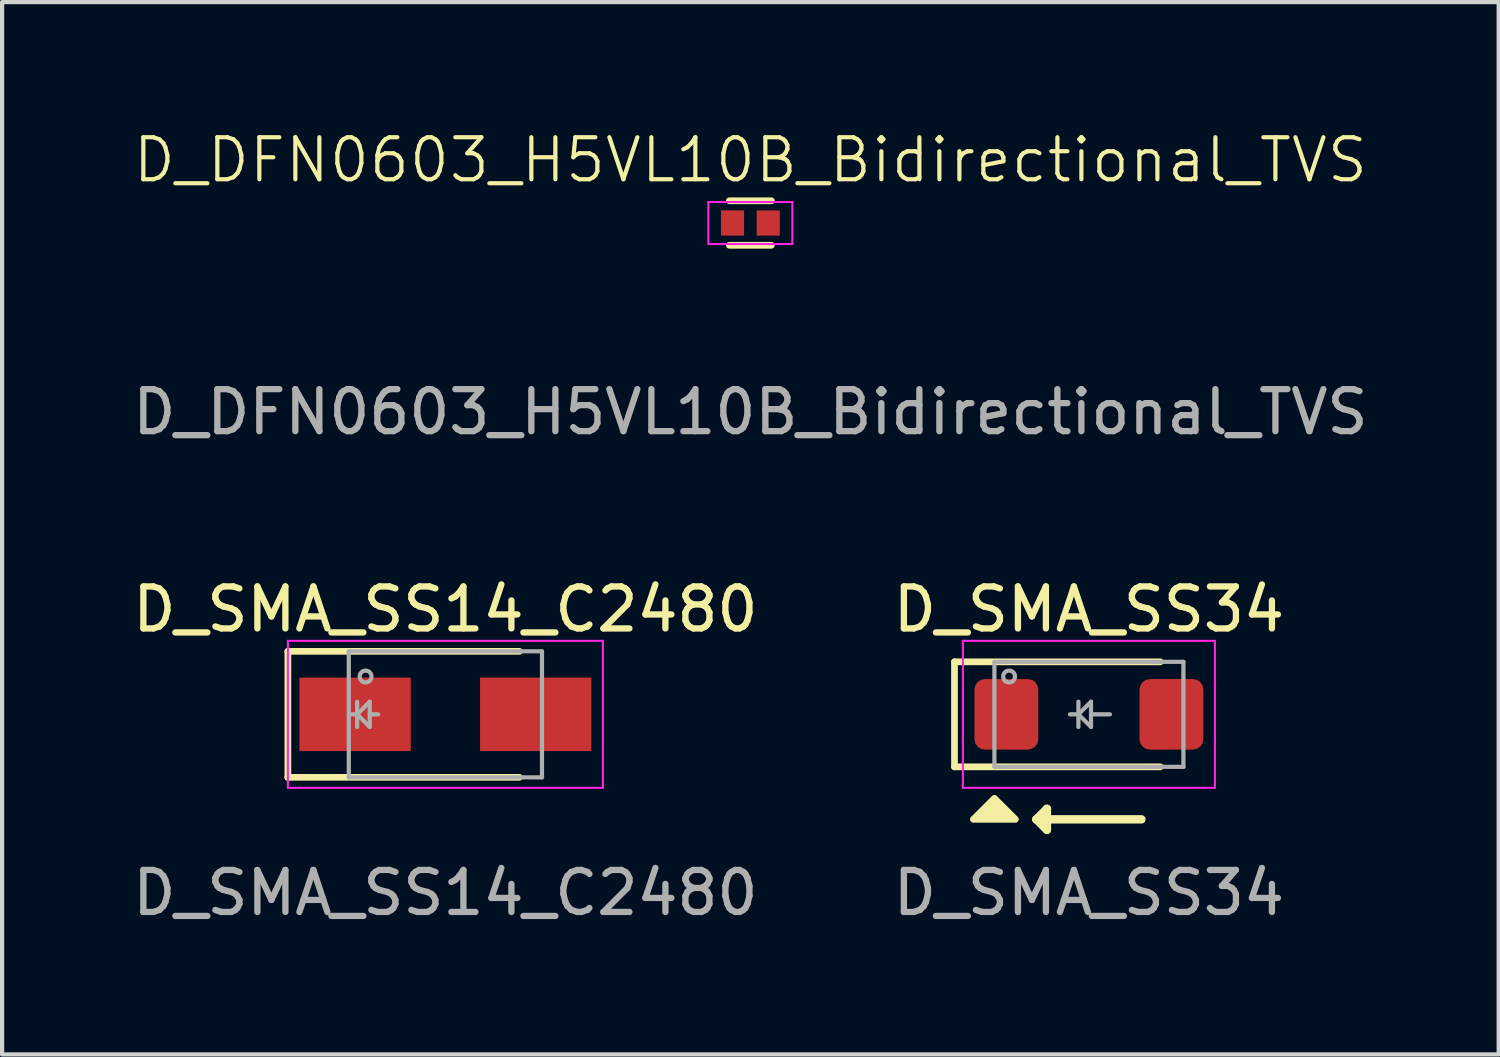
<source format=kicad_pcb>
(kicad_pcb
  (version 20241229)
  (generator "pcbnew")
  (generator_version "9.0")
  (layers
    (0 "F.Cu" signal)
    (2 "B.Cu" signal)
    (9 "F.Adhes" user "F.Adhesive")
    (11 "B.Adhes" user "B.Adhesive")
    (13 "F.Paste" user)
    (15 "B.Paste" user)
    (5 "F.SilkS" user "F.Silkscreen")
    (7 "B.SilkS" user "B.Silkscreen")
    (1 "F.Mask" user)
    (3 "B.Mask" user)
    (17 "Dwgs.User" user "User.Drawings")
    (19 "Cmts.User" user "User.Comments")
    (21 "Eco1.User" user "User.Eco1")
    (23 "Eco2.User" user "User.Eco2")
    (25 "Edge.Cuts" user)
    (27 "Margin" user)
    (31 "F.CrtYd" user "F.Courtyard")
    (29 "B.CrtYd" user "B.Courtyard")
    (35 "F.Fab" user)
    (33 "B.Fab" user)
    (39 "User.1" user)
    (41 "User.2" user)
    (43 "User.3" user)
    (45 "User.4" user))
  (footprint "D_SMA_SS14_C2480"
    (layer "F.Cu")
    (at 7.554 13.957)
    (property "Reference" "D_SMA_SS14_C2480" (at 0 -2.5 0) (layer "F.SilkS") (effects (font (size 1 1) (thickness 0.15))))
    (attr smd)
    (fp_line (start -3.75 -1.5) (end -3.75 1.5) (stroke (width 0.16) (type solid)) (layer "F.SilkS"))
    (fp_line (start -3.75 -1.5) (end 1.76 -1.5) (stroke (width 0.16) (type solid)) (layer "F.SilkS"))
    (fp_line (start -3.75 1.5) (end 1.76 1.5) (stroke (width 0.16) (type solid)) (layer "F.SilkS"))
    (fp_line (start -3.75 -1.75) (end 3.75 -1.75) (stroke (width 0.05) (type solid)) (layer "F.CrtYd"))
    (fp_line (start -3.75 1.75) (end -3.75 -1.75) (stroke (width 0.05) (type solid)) (layer "F.CrtYd"))
    (fp_line (start 3.75 -1.75) (end 3.75 1.75) (stroke (width 0.05) (type solid)) (layer "F.CrtYd"))
    (fp_line (start 3.75 1.75) (end -3.75 1.75) (stroke (width 0.05) (type solid)) (layer "F.CrtYd"))
    (fp_line (start -2.301 0) (end -2.102 0) (stroke (width 0.1) (type solid)) (layer "F.Fab"))
    (fp_line (start -2.3 1.5) (end -2.3 -1.5) (stroke (width 0.1) (type solid)) (layer "F.Fab"))
    (fp_line (start -2.101 -0.3) (end -2.101 0.3) (stroke (width 0.1) (type default)) (layer "F.Fab"))
    (fp_line (start -1.801 -0.3) (end -2.101 0.00013) (stroke (width 0.1) (type default)) (layer "F.Fab"))
    (fp_line (start -1.801 0.3) (end -2.101 0) (stroke (width 0.1) (type default)) (layer "F.Fab"))
    (fp_line (start -1.801 0.3) (end -1.801 -0.3) (stroke (width 0.1) (type solid)) (layer "F.Fab"))
    (fp_line (start -1.8 0) (end -1.6 0) (stroke (width 0.1) (type solid)) (layer "F.Fab"))
    (fp_line (start 2.3 -1.5) (end -2.3 -1.5) (stroke (width 0.1) (type solid)) (layer "F.Fab"))
    (fp_line (start 2.3 -1.5) (end 2.3 1.5) (stroke (width 0.1) (type solid)) (layer "F.Fab"))
    (fp_line (start 2.3 1.5) (end -2.3 1.5) (stroke (width 0.1) (type solid)) (layer "F.Fab"))
    (fp_circle (center -1.9 -0.9) (end -1.759 -0.9) (stroke (width 0.1) (type default)) (fill no) (layer "F.Fab"))
    (fp_text user "${REFERENCE}" (at 0 4.25 0) (layer "F.Fab") (effects (font (size 1 1) (thickness 0.15))))
    (dimension (type aligned) (layer "User.1") (pts (xy 4.079 13.082) (xy 6.729 13.082)) (height -0.1) (format (prefix "") (suffix "") (units 3) (units_format 1) (precision 2)) (style (thickness 0.01) (arrow_length 0.01) (text_position_mode 2) (arrow_direction outward) (extension_height 0) (extension_offset 0) (keep_text_aligned yes)) (gr_text "2.65 mm" (at 5.554 12.957 0) (layer "User.1") (effects (font (size 0.1 0.1) (thickness 0.15)))))
    (dimension (type aligned) (layer "User.1") (pts (xy 5.404 13.957) (xy 9.704 13.957)) (height -1.25) (format (prefix "") (suffix "") (units 3) (units_format 1) (precision 2)) (style (thickness 0.01) (arrow_length 0.01) (text_position_mode 2) (arrow_direction outward) (extension_height 0) (extension_offset 0) (keep_text_aligned yes)) (gr_text "4.30 mm" (at 7.554 12.707 0) (layer "User.1") (effects (font (size 0.1 0.1) (thickness 0.15)))))
    (dimension (type aligned) (layer "User.1") (pts (xy 6.729 13.082) (xy 6.729 14.832)) (height -0.1) (format (prefix "") (suffix "") (units 3) (units_format 1) (precision 2)) (style (thickness 0.01) (arrow_length 0.01) (text_position_mode 2) (arrow_direction outward) (extension_height 0) (extension_offset 0) (keep_text_aligned yes)) (gr_text "1.75 mm" (at 6.857 13.867 90) (layer "User.1") (effects (font (size 0.1 0.1) (thickness 0.15)))))
    (pad "1" smd rect (at -2.15 0) (size 2.65 1.75) (layers "F.Cu" "F.Mask" "F.Paste"))
    (pad "2" smd rect (at 2.15 0) (size 2.65 1.75) (layers "F.Cu" "F.Mask" "F.Paste")))
  (footprint "D_DFN0603_H5VL10B_Bidirectional_TVS"
    (layer "F.Cu")
    (at 14.815 2.26)
    (property "Reference" "D_DFN0603_H5VL10B_Bidirectional_TVS" (at 0 -1.5 0) (unlocked yes) (layer "F.SilkS") (effects (font (size 1 1) (thickness 0.1))))
    (attr smd)
    (fp_line (start -0.5 -0.53) (end 0.5 -0.53) (stroke (width 0.16) (type default)) (layer "F.SilkS"))
    (fp_line (start -0.5 0.53) (end 0.5 0.53) (stroke (width 0.16) (type default)) (layer "F.SilkS"))
    (fp_line (start -1 -0.5) (end 1 -0.5) (stroke (width 0.05) (type default)) (layer "F.CrtYd"))
    (fp_line (start -1 0.5) (end -1 -0.5) (stroke (width 0.05) (type default)) (layer "F.CrtYd"))
    (fp_line (start 1 -0.5) (end 1 0.5) (stroke (width 0.05) (type default)) (layer "F.CrtYd"))
    (fp_line (start 1 0.5) (end -1 0.5) (stroke (width 0.05) (type default)) (layer "F.CrtYd"))
    (fp_text user "${REFERENCE}" (at 0 4.5 0) (unlocked yes) (layer "F.Fab") (effects (font (size 1 1) (thickness 0.15))))
    (dimension (type aligned) (layer "User.1") (pts (xy 14.115 2.561) (xy 14.115 1.96)) (height -0.1) (format (prefix "") (suffix "") (units 3) (units_format 1) (precision 2)) (style (thickness 0.01) (arrow_length 0.01) (text_position_mode 2) (arrow_direction outward) (extension_height 0) (extension_offset 0) (keep_text_aligned yes)) (gr_text "0.60 mm" (at 14.015 2.26 90) (layer "User.1") (effects (font (size 0.1 0.1) (thickness 0.15)))))
    (dimension (type aligned) (layer "User.1") (pts (xy 14.665 1.96) (xy 14.965 1.96)) (height -0.1) (format (prefix "") (suffix "") (units 3) (units_format 1) (precision 2)) (style (thickness 0.01) (arrow_length 0.01) (text_position_mode 2) (arrow_direction outward) (extension_height 0) (extension_offset 0) (keep_text_aligned yes)) (gr_text "0.30 mm" (at 14.815 1.861 0) (layer "User.1") (effects (font (size 0.1 0.1) (thickness 0.15)))))
    (dimension (type aligned) (layer "User.1") (pts (xy 14.115 1.96) (xy 14.665 1.96)) (height -0.4) (format (prefix "") (suffix "") (units 3) (units_format 1) (precision 2)) (style (thickness 0.01) (arrow_length 0.01) (text_position_mode 2) (arrow_direction outward) (extension_height 0) (extension_offset 0) (keep_text_aligned yes)) (gr_text "0.55 mm" (at 14.415 1.56 0) (layer "User.1") (effects (font (size 0.1 0.1) (thickness 0.15)))))
    (pad "1" smd rect (at -0.425 0) (size 0.55 0.6) (layers "F.Cu" "F.Mask" "F.Paste"))
    (pad "2" smd rect (at 0.425 0) (size 0.55 0.6) (layers "F.Cu" "F.Mask" "F.Paste")))
  (footprint "D_SMA_SS34"
    (layer "F.Cu")
    (at 22.875 13.957)
    (property "Reference" "D_SMA_SS34" (at 0 -2.5 0) (layer "F.SilkS") (effects (font (size 1 1) (thickness 0.15))))
    (attr smd)
    (fp_line (start -3.2 -1.25) (end -3.2 1.25) (stroke (width 0.16) (type solid)) (layer "F.SilkS"))
    (fp_line (start -3.2 -1.25) (end 1.7 -1.25) (stroke (width 0.16) (type solid)) (layer "F.SilkS"))
    (fp_line (start -3.2 1.25) (end 1.7 1.25) (stroke (width 0.16) (type solid)) (layer "F.SilkS"))
    (fp_line (start -1.25 2.5) (end -1 2.25) (stroke (width 0.2) (type default)) (layer "F.SilkS"))
    (fp_line (start -1 2.25) (end -1 2.75) (stroke (width 0.2) (type default)) (layer "F.SilkS"))
    (fp_line (start -1 2.75) (end -1.25 2.5) (stroke (width 0.2) (type default)) (layer "F.SilkS"))
    (fp_line (start 1.25 2.5) (end -1.25 2.5) (stroke (width 0.2) (type default)) (layer "F.SilkS"))
    (fp_poly (pts (xy -2.75 2.5) (xy -2.25 2) (xy -1.75 2.5)) (stroke (width 0.16) (type solid)) (fill yes) (layer "F.SilkS"))
    (fp_line (start -3 -1.75) (end 3 -1.75) (stroke (width 0.05) (type solid)) (layer "F.CrtYd"))
    (fp_line (start -3 1.75) (end -3 -1.75) (stroke (width 0.05) (type solid)) (layer "F.CrtYd"))
    (fp_line (start 3 -1.75) (end 3 1.75) (stroke (width 0.05) (type solid)) (layer "F.CrtYd"))
    (fp_line (start 3 1.75) (end -3 1.75) (stroke (width 0.05) (type solid)) (layer "F.CrtYd"))
    (fp_line (start -2.25 1.25) (end -2.25 -1.25) (stroke (width 0.1) (type solid)) (layer "F.Fab"))
    (fp_line (start -0.45 0) (end -0.251 0) (stroke (width 0.1) (type solid)) (layer "F.Fab"))
    (fp_line (start -0.25 -0.3) (end -0.25 0.3) (stroke (width 0.1) (type default)) (layer "F.Fab"))
    (fp_line (start 0.05 -0.3) (end -0.25 0.00013) (stroke (width 0.1) (type default)) (layer "F.Fab"))
    (fp_line (start 0.05 0.3) (end -0.25 0) (stroke (width 0.1) (type default)) (layer "F.Fab"))
    (fp_line (start 0.05 0.3) (end 0.05 -0.3) (stroke (width 0.1) (type solid)) (layer "F.Fab"))
    (fp_line (start 0.051 0) (end 0.5 0) (stroke (width 0.1) (type solid)) (layer "F.Fab"))
    (fp_line (start 2.25 -1.25) (end -2.25 -1.25) (stroke (width 0.1) (type solid)) (layer "F.Fab"))
    (fp_line (start 2.25 1.25) (end -2.25 1.25) (stroke (width 0.1) (type solid)) (layer "F.Fab"))
    (fp_line (start 2.25 1.25) (end 2.25 -1.25) (stroke (width 0.1) (type solid)) (layer "F.Fab"))
    (fp_circle (center -1.9 -0.9) (end -1.759 -0.9) (stroke (width 0.1) (type default)) (fill no) (layer "F.Fab"))
    (fp_text user "${REFERENCE}" (at 0 4.25 0) (layer "F.Fab") (effects (font (size 1 1) (thickness 0.15))))
    (dimension (type aligned) (layer "User.1") (pts (xy 25.6 14.797) (xy 20.15 14.797)) (height -0.16) (format (prefix "") (suffix "") (units 3) (units_format 1) (precision 2)) (style (thickness 0.01) (arrow_length 0.01) (text_position_mode 2) (arrow_direction outward) (extension_height 0) (extension_offset 0) (keep_text_aligned yes)) (gr_text "5.45 mm" (at 22.875 14.957 0) (layer "User.1") (effects (font (size 0.1 0.1) (thickness 0.15)))))
    (dimension (type aligned) (layer "User.1") (pts (xy 20.15 13.117) (xy 21.67 13.117)) (height -0.16) (format (prefix "") (suffix "") (units 3) (units_format 1) (precision 2)) (style (thickness 0.01) (arrow_length 0.01) (text_position_mode 2) (arrow_direction outward) (extension_height 0) (extension_offset 0) (keep_text_aligned yes)) (gr_text "1.52 mm" (at 20.875 12.957 0) (layer "User.1") (effects (font (size 0.1 0.1) (thickness 0.15)))))
    (dimension (type aligned) (layer "User.1") (pts (xy 21.67 13.117) (xy 21.67 14.797)) (height -0.205) (format (prefix "") (suffix "") (units 3) (units_format 1) (precision 2)) (style (thickness 0.01) (arrow_length 0.01) (text_position_mode 2) (arrow_direction outward) (extension_height 0) (extension_offset 0) (keep_text_aligned yes)) (gr_text "1.68 mm" (at 21.875 13.957 90) (layer "User.1") (effects (font (size 0.1 0.1) (thickness 0.15)))))
    (dimension (type aligned) (layer "User.1") (pts (xy 20.91 13.957) (xy 24.84 13.957)) (height -1.25) (format (prefix "") (suffix "") (units 3) (units_format 1) (precision 2)) (style (thickness 0.01) (arrow_length 0.01) (text_position_mode 2) (arrow_direction outward) (extension_height 0) (extension_offset 0) (keep_text_aligned yes)) (gr_text "3.93 mm" (at 22.875 12.707 0) (layer "User.1") (effects (font (size 0.1 0.1) (thickness 0.15)))))
    (dimension (type aligned) (layer "User.1") (pts (xy 21.67 13.957) (xy 24.08 13.957)) (height -0.75) (format (prefix "") (suffix "") (units 3) (units_format 1) (precision 2)) (style (thickness 0.01) (arrow_length 0.01) (text_position_mode 2) (arrow_direction outward) (extension_height 0) (extension_offset 0) (keep_text_aligned yes)) (gr_text "2.41 mm" (at 22.875 13.207 0) (layer "User.1") (effects (font (size 0.1 0.1) (thickness 0.15)))))
    (pad "1" smd roundrect (at -1.965 0) (size 1.52 1.68) (layers "F.Cu" "F.Mask" "F.Paste") (roundrect_rratio 0.164))
    (pad "2" smd roundrect (at 1.965 0) (size 1.52 1.68) (layers "F.Cu" "F.Mask" "F.Paste") (roundrect_rratio 0.164)))
  (gr_rect
    (start -3 -3)
    (end 32.631 22.055)
    (stroke (width 0.1) (type default))
    (fill no)
    (layer "Edge.Cuts")))
</source>
